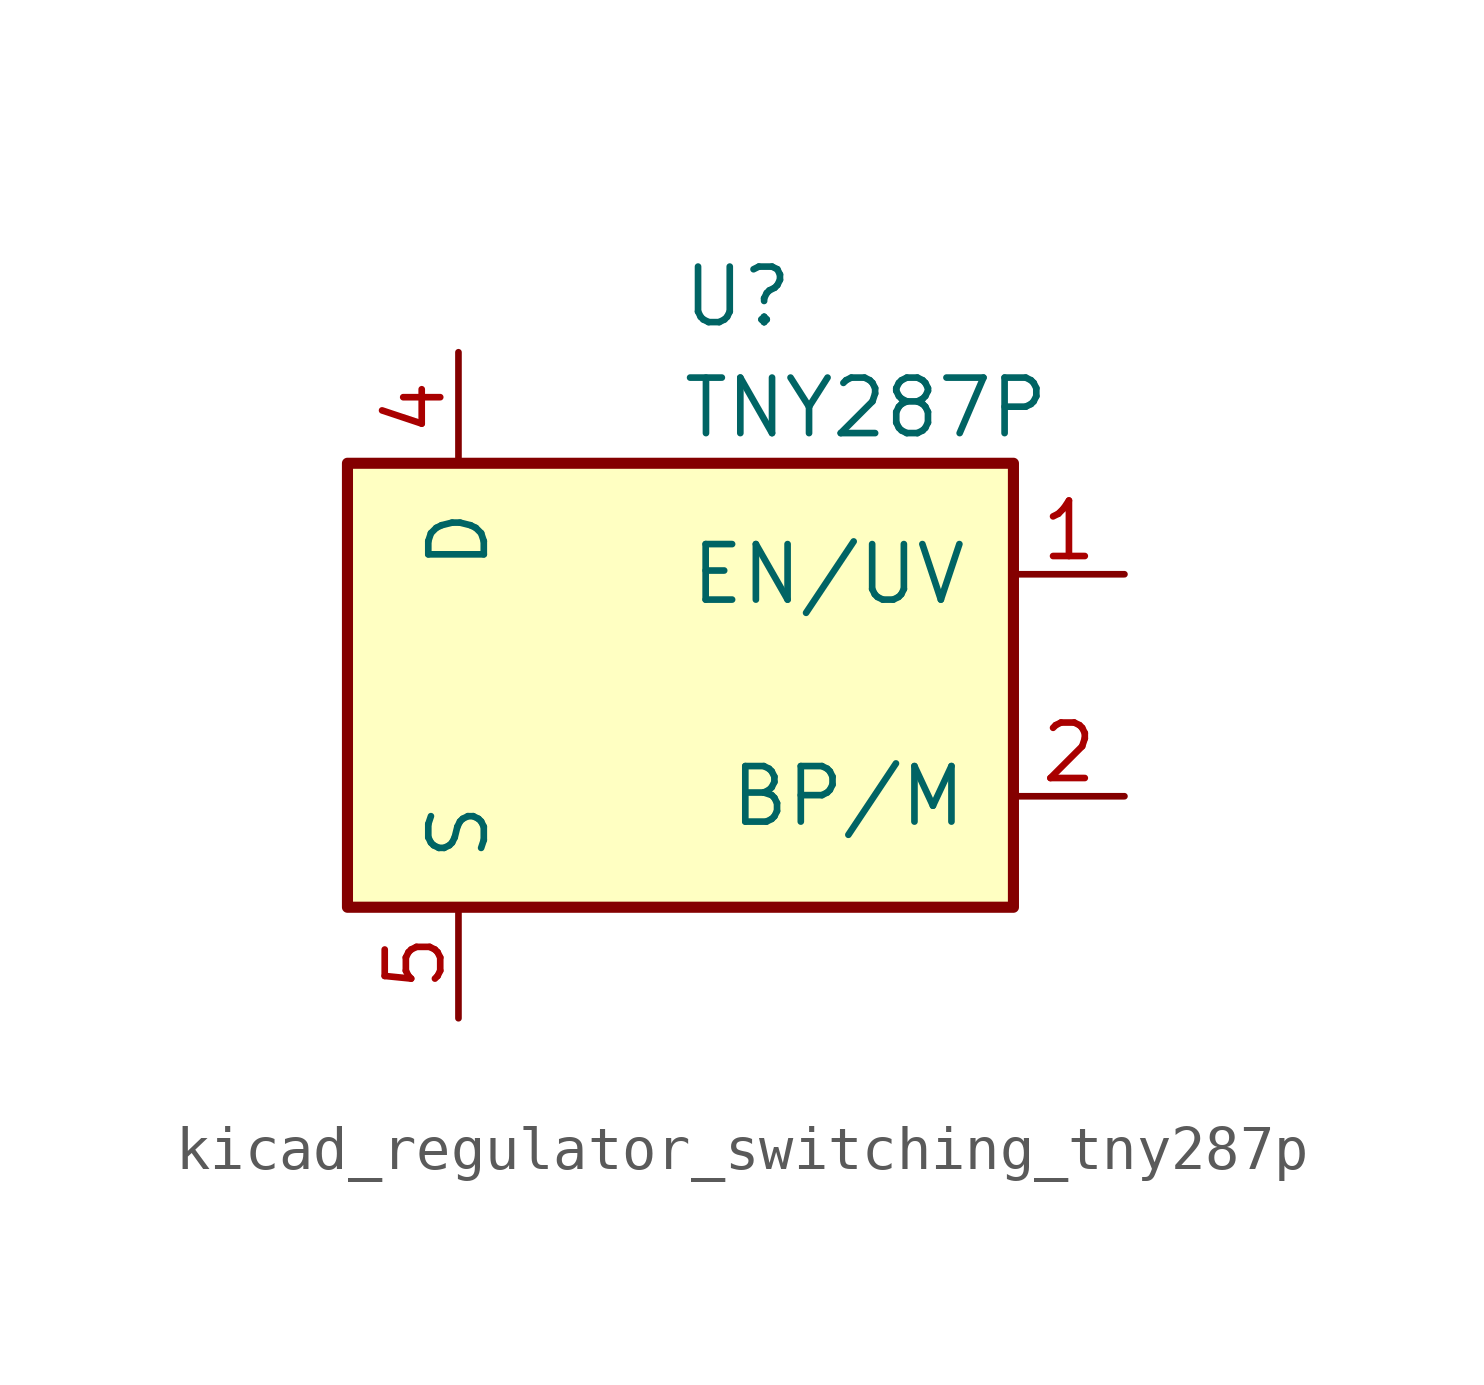
<source format=kicad_sym>
(kicad_symbol_lib
  (version 20220914)
  (generator kicad_symbol_editor)
  (symbol "kicad_regulator_switching_tny287p"
    (pin_names
      (offset 1.016))
    (property "Reference" "U"
      (at 0 8.89 0)
      (effects (font (size 1.27 1.27)) (justify left)))
    (property "Value" "TNY287P"
      (at 0 6.35 0)
      (effects (font (size 1.27 1.27)) (justify left)))
    (symbol "kicad_regulator_switching_tny287p_0_1"
      (rectangle (start -7.62 5.08) (end 7.62 -5.08) (stroke (width 0.254) (type default)) (fill (type background))))
    (symbol "kicad_regulator_switching_tny287p_1_1"
      (pin input line (at 10.16 2.54 180) (length 2.54) (name "EN/UV" (effects (font (size 1.27 1.27)))) (number "1" (effects (font (size 1.27 1.27)))))
      (pin input line (at 10.16 -2.54 180) (length 2.54) (name "BP/M" (effects (font (size 1.27 1.27)))) (number "2" (effects (font (size 1.27 1.27)))))
      (pin open_collector line (at -5.08 7.62 270) (length 2.54) (name "D" (effects (font (size 1.27 1.27)))) (number "4" (effects (font (size 1.27 1.27)))))
      (pin power_in line (at -5.08 -7.62 90) (length 2.54) (name "S" (effects (font (size 1.27 1.27)))) (number "5" (effects (font (size 1.27 1.27)))))
      (pin passive line (at -5.08 -7.62 90) (length 2.54) hide (name "S" (effects (font (size 1.27 1.27)))) (number "6" (effects (font (size 1.27 1.27)))))
      (pin passive line (at -5.08 -7.62 90) (length 2.54) hide (name "S" (effects (font (size 1.27 1.27)))) (number "7" (effects (font (size 1.27 1.27)))))
      (pin passive line (at -5.08 -7.62 90) (length 2.54) hide (name "S" (effects (font (size 1.27 1.27)))) (number "8" (effects (font (size 1.27 1.27))))))))
</source>
